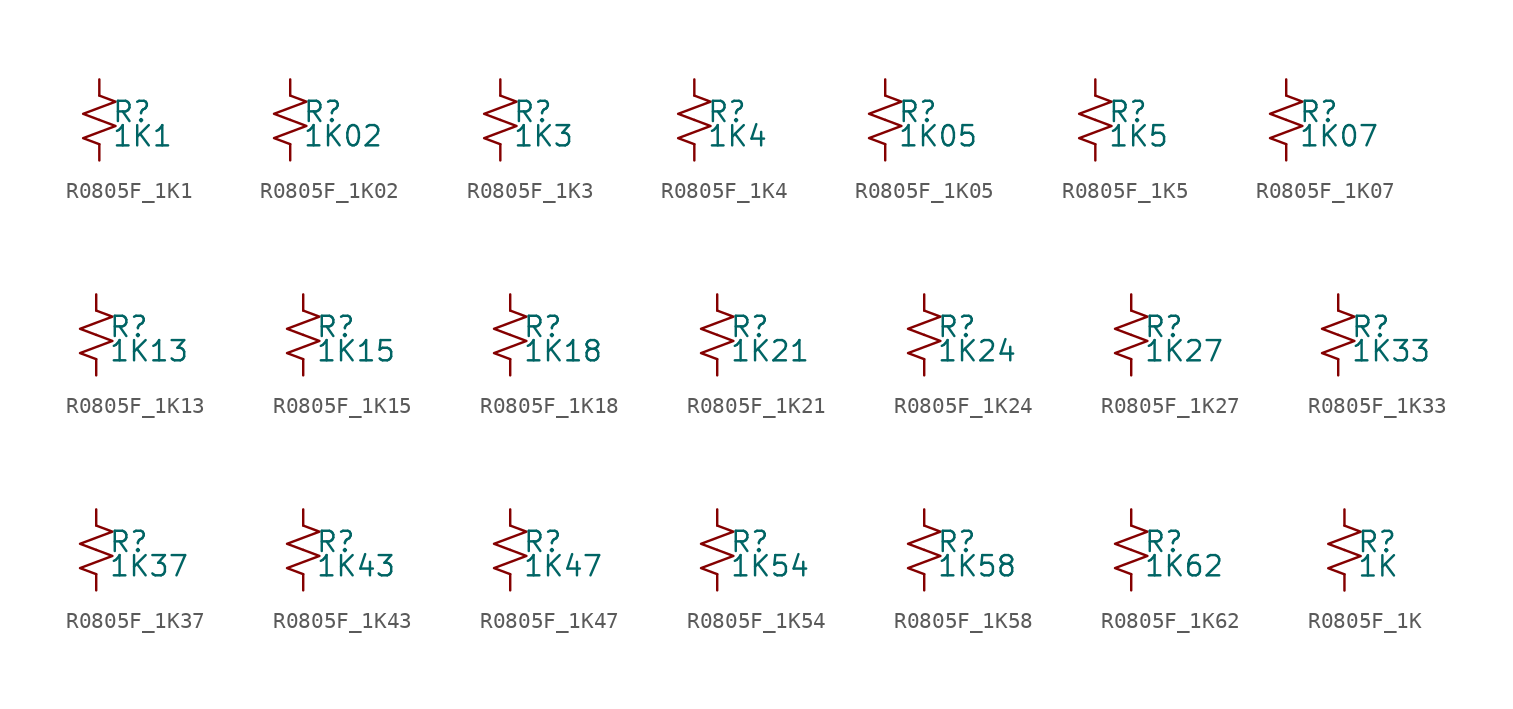
<source format=kicad_sym>
(kicad_symbol_lib
  (version 20220914)
  (generator kicad_symbol_editor)
  (symbol "R0805F_1K1"
    (pin_numbers hide)
    (pin_names
      (offset 0.254) hide)
    (property "Reference" "R"
      (at 0.762 0.508 0)
      (effects (font (size 1.27 1.27)) (justify left)))
    (property "Value" "1K1"
      (at 0.762 -1.016 0)
      (effects (font (size 1.27 1.27)) (justify left)))
    (symbol "R0805F_1K1_1_1"
      (polyline (pts (xy 0 0) (xy 1.016 -0.381) (xy 0 -0.762) (xy -1.016 -1.143) (xy 0 -1.524)) (stroke (width 0) (type default)) (fill (type none)))
      (polyline (pts (xy 0 1.524) (xy 1.016 1.143) (xy 0 0.762) (xy -1.016 0.381) (xy 0 0)) (stroke (width 0) (type default)) (fill (type none)))
      (pin passive line (at 0 2.54 270) (length 1.016) (name "~" (effects (font (size 1.27 1.27)))) (number "1" (effects (font (size 1.27 1.27)))))
      (pin passive line (at 0 -2.54 90) (length 1.016) (name "~" (effects (font (size 1.27 1.27)))) (number "2" (effects (font (size 1.27 1.27)))))))
  (symbol "R0805F_1K02"
    (pin_numbers hide)
    (pin_names
      (offset 0.254) hide)
    (property "Reference" "R"
      (at 0.762 0.508 0)
      (effects (font (size 1.27 1.27)) (justify left)))
    (property "Value" "1K02"
      (at 0.762 -1.016 0)
      (effects (font (size 1.27 1.27)) (justify left)))
    (symbol "R0805F_1K02_1_1"
      (polyline (pts (xy 0 0) (xy 1.016 -0.381) (xy 0 -0.762) (xy -1.016 -1.143) (xy 0 -1.524)) (stroke (width 0) (type default)) (fill (type none)))
      (polyline (pts (xy 0 1.524) (xy 1.016 1.143) (xy 0 0.762) (xy -1.016 0.381) (xy 0 0)) (stroke (width 0) (type default)) (fill (type none)))
      (pin passive line (at 0 2.54 270) (length 1.016) (name "~" (effects (font (size 1.27 1.27)))) (number "1" (effects (font (size 1.27 1.27)))))
      (pin passive line (at 0 -2.54 90) (length 1.016) (name "~" (effects (font (size 1.27 1.27)))) (number "2" (effects (font (size 1.27 1.27)))))))
  (symbol "R0805F_1K3"
    (pin_numbers hide)
    (pin_names
      (offset 0.254) hide)
    (property "Reference" "R"
      (at 0.762 0.508 0)
      (effects (font (size 1.27 1.27)) (justify left)))
    (property "Value" "1K3"
      (at 0.762 -1.016 0)
      (effects (font (size 1.27 1.27)) (justify left)))
    (symbol "R0805F_1K3_1_1"
      (polyline (pts (xy 0 0) (xy 1.016 -0.381) (xy 0 -0.762) (xy -1.016 -1.143) (xy 0 -1.524)) (stroke (width 0) (type default)) (fill (type none)))
      (polyline (pts (xy 0 1.524) (xy 1.016 1.143) (xy 0 0.762) (xy -1.016 0.381) (xy 0 0)) (stroke (width 0) (type default)) (fill (type none)))
      (pin passive line (at 0 2.54 270) (length 1.016) (name "~" (effects (font (size 1.27 1.27)))) (number "1" (effects (font (size 1.27 1.27)))))
      (pin passive line (at 0 -2.54 90) (length 1.016) (name "~" (effects (font (size 1.27 1.27)))) (number "2" (effects (font (size 1.27 1.27)))))))
  (symbol "R0805F_1K4"
    (pin_numbers hide)
    (pin_names
      (offset 0.254) hide)
    (property "Reference" "R"
      (at 0.762 0.508 0)
      (effects (font (size 1.27 1.27)) (justify left)))
    (property "Value" "1K4"
      (at 0.762 -1.016 0)
      (effects (font (size 1.27 1.27)) (justify left)))
    (symbol "R0805F_1K4_1_1"
      (polyline (pts (xy 0 0) (xy 1.016 -0.381) (xy 0 -0.762) (xy -1.016 -1.143) (xy 0 -1.524)) (stroke (width 0) (type default)) (fill (type none)))
      (polyline (pts (xy 0 1.524) (xy 1.016 1.143) (xy 0 0.762) (xy -1.016 0.381) (xy 0 0)) (stroke (width 0) (type default)) (fill (type none)))
      (pin passive line (at 0 2.54 270) (length 1.016) (name "~" (effects (font (size 1.27 1.27)))) (number "1" (effects (font (size 1.27 1.27)))))
      (pin passive line (at 0 -2.54 90) (length 1.016) (name "~" (effects (font (size 1.27 1.27)))) (number "2" (effects (font (size 1.27 1.27)))))))
  (symbol "R0805F_1K05"
    (pin_numbers hide)
    (pin_names
      (offset 0.254) hide)
    (property "Reference" "R"
      (at 0.762 0.508 0)
      (effects (font (size 1.27 1.27)) (justify left)))
    (property "Value" "1K05"
      (at 0.762 -1.016 0)
      (effects (font (size 1.27 1.27)) (justify left)))
    (symbol "R0805F_1K05_1_1"
      (polyline (pts (xy 0 0) (xy 1.016 -0.381) (xy 0 -0.762) (xy -1.016 -1.143) (xy 0 -1.524)) (stroke (width 0) (type default)) (fill (type none)))
      (polyline (pts (xy 0 1.524) (xy 1.016 1.143) (xy 0 0.762) (xy -1.016 0.381) (xy 0 0)) (stroke (width 0) (type default)) (fill (type none)))
      (pin passive line (at 0 2.54 270) (length 1.016) (name "~" (effects (font (size 1.27 1.27)))) (number "1" (effects (font (size 1.27 1.27)))))
      (pin passive line (at 0 -2.54 90) (length 1.016) (name "~" (effects (font (size 1.27 1.27)))) (number "2" (effects (font (size 1.27 1.27)))))))
  (symbol "R0805F_1K5"
    (pin_numbers hide)
    (pin_names
      (offset 0.254) hide)
    (property "Reference" "R"
      (at 0.762 0.508 0)
      (effects (font (size 1.27 1.27)) (justify left)))
    (property "Value" "1K5"
      (at 0.762 -1.016 0)
      (effects (font (size 1.27 1.27)) (justify left)))
    (symbol "R0805F_1K5_1_1"
      (polyline (pts (xy 0 0) (xy 1.016 -0.381) (xy 0 -0.762) (xy -1.016 -1.143) (xy 0 -1.524)) (stroke (width 0) (type default)) (fill (type none)))
      (polyline (pts (xy 0 1.524) (xy 1.016 1.143) (xy 0 0.762) (xy -1.016 0.381) (xy 0 0)) (stroke (width 0) (type default)) (fill (type none)))
      (pin passive line (at 0 2.54 270) (length 1.016) (name "~" (effects (font (size 1.27 1.27)))) (number "1" (effects (font (size 1.27 1.27)))))
      (pin passive line (at 0 -2.54 90) (length 1.016) (name "~" (effects (font (size 1.27 1.27)))) (number "2" (effects (font (size 1.27 1.27)))))))
  (symbol "R0805F_1K07"
    (pin_numbers hide)
    (pin_names
      (offset 0.254) hide)
    (property "Reference" "R"
      (at 0.762 0.508 0)
      (effects (font (size 1.27 1.27)) (justify left)))
    (property "Value" "1K07"
      (at 0.762 -1.016 0)
      (effects (font (size 1.27 1.27)) (justify left)))
    (symbol "R0805F_1K07_1_1"
      (polyline (pts (xy 0 0) (xy 1.016 -0.381) (xy 0 -0.762) (xy -1.016 -1.143) (xy 0 -1.524)) (stroke (width 0) (type default)) (fill (type none)))
      (polyline (pts (xy 0 1.524) (xy 1.016 1.143) (xy 0 0.762) (xy -1.016 0.381) (xy 0 0)) (stroke (width 0) (type default)) (fill (type none)))
      (pin passive line (at 0 2.54 270) (length 1.016) (name "~" (effects (font (size 1.27 1.27)))) (number "1" (effects (font (size 1.27 1.27)))))
      (pin passive line (at 0 -2.54 90) (length 1.016) (name "~" (effects (font (size 1.27 1.27)))) (number "2" (effects (font (size 1.27 1.27)))))))
  (symbol "R0805F_1K13"
    (pin_numbers hide)
    (pin_names
      (offset 0.254) hide)
    (property "Reference" "R"
      (at 0.762 0.508 0)
      (effects (font (size 1.27 1.27)) (justify left)))
    (property "Value" "1K13"
      (at 0.762 -1.016 0)
      (effects (font (size 1.27 1.27)) (justify left)))
    (symbol "R0805F_1K13_1_1"
      (polyline (pts (xy 0 0) (xy 1.016 -0.381) (xy 0 -0.762) (xy -1.016 -1.143) (xy 0 -1.524)) (stroke (width 0) (type default)) (fill (type none)))
      (polyline (pts (xy 0 1.524) (xy 1.016 1.143) (xy 0 0.762) (xy -1.016 0.381) (xy 0 0)) (stroke (width 0) (type default)) (fill (type none)))
      (pin passive line (at 0 2.54 270) (length 1.016) (name "~" (effects (font (size 1.27 1.27)))) (number "1" (effects (font (size 1.27 1.27)))))
      (pin passive line (at 0 -2.54 90) (length 1.016) (name "~" (effects (font (size 1.27 1.27)))) (number "2" (effects (font (size 1.27 1.27)))))))
  (symbol "R0805F_1K15"
    (pin_numbers hide)
    (pin_names
      (offset 0.254) hide)
    (property "Reference" "R"
      (at 0.762 0.508 0)
      (effects (font (size 1.27 1.27)) (justify left)))
    (property "Value" "1K15"
      (at 0.762 -1.016 0)
      (effects (font (size 1.27 1.27)) (justify left)))
    (symbol "R0805F_1K15_1_1"
      (polyline (pts (xy 0 0) (xy 1.016 -0.381) (xy 0 -0.762) (xy -1.016 -1.143) (xy 0 -1.524)) (stroke (width 0) (type default)) (fill (type none)))
      (polyline (pts (xy 0 1.524) (xy 1.016 1.143) (xy 0 0.762) (xy -1.016 0.381) (xy 0 0)) (stroke (width 0) (type default)) (fill (type none)))
      (pin passive line (at 0 2.54 270) (length 1.016) (name "~" (effects (font (size 1.27 1.27)))) (number "1" (effects (font (size 1.27 1.27)))))
      (pin passive line (at 0 -2.54 90) (length 1.016) (name "~" (effects (font (size 1.27 1.27)))) (number "2" (effects (font (size 1.27 1.27)))))))
  (symbol "R0805F_1K18"
    (pin_numbers hide)
    (pin_names
      (offset 0.254) hide)
    (property "Reference" "R"
      (at 0.762 0.508 0)
      (effects (font (size 1.27 1.27)) (justify left)))
    (property "Value" "1K18"
      (at 0.762 -1.016 0)
      (effects (font (size 1.27 1.27)) (justify left)))
    (symbol "R0805F_1K18_1_1"
      (polyline (pts (xy 0 0) (xy 1.016 -0.381) (xy 0 -0.762) (xy -1.016 -1.143) (xy 0 -1.524)) (stroke (width 0) (type default)) (fill (type none)))
      (polyline (pts (xy 0 1.524) (xy 1.016 1.143) (xy 0 0.762) (xy -1.016 0.381) (xy 0 0)) (stroke (width 0) (type default)) (fill (type none)))
      (pin passive line (at 0 2.54 270) (length 1.016) (name "~" (effects (font (size 1.27 1.27)))) (number "1" (effects (font (size 1.27 1.27)))))
      (pin passive line (at 0 -2.54 90) (length 1.016) (name "~" (effects (font (size 1.27 1.27)))) (number "2" (effects (font (size 1.27 1.27)))))))
  (symbol "R0805F_1K21"
    (pin_numbers hide)
    (pin_names
      (offset 0.254) hide)
    (property "Reference" "R"
      (at 0.762 0.508 0)
      (effects (font (size 1.27 1.27)) (justify left)))
    (property "Value" "1K21"
      (at 0.762 -1.016 0)
      (effects (font (size 1.27 1.27)) (justify left)))
    (symbol "R0805F_1K21_1_1"
      (polyline (pts (xy 0 0) (xy 1.016 -0.381) (xy 0 -0.762) (xy -1.016 -1.143) (xy 0 -1.524)) (stroke (width 0) (type default)) (fill (type none)))
      (polyline (pts (xy 0 1.524) (xy 1.016 1.143) (xy 0 0.762) (xy -1.016 0.381) (xy 0 0)) (stroke (width 0) (type default)) (fill (type none)))
      (pin passive line (at 0 2.54 270) (length 1.016) (name "~" (effects (font (size 1.27 1.27)))) (number "1" (effects (font (size 1.27 1.27)))))
      (pin passive line (at 0 -2.54 90) (length 1.016) (name "~" (effects (font (size 1.27 1.27)))) (number "2" (effects (font (size 1.27 1.27)))))))
  (symbol "R0805F_1K24"
    (pin_numbers hide)
    (pin_names
      (offset 0.254) hide)
    (property "Reference" "R"
      (at 0.762 0.508 0)
      (effects (font (size 1.27 1.27)) (justify left)))
    (property "Value" "1K24"
      (at 0.762 -1.016 0)
      (effects (font (size 1.27 1.27)) (justify left)))
    (symbol "R0805F_1K24_1_1"
      (polyline (pts (xy 0 0) (xy 1.016 -0.381) (xy 0 -0.762) (xy -1.016 -1.143) (xy 0 -1.524)) (stroke (width 0) (type default)) (fill (type none)))
      (polyline (pts (xy 0 1.524) (xy 1.016 1.143) (xy 0 0.762) (xy -1.016 0.381) (xy 0 0)) (stroke (width 0) (type default)) (fill (type none)))
      (pin passive line (at 0 2.54 270) (length 1.016) (name "~" (effects (font (size 1.27 1.27)))) (number "1" (effects (font (size 1.27 1.27)))))
      (pin passive line (at 0 -2.54 90) (length 1.016) (name "~" (effects (font (size 1.27 1.27)))) (number "2" (effects (font (size 1.27 1.27)))))))
  (symbol "R0805F_1K27"
    (pin_numbers hide)
    (pin_names
      (offset 0.254) hide)
    (property "Reference" "R"
      (at 0.762 0.508 0)
      (effects (font (size 1.27 1.27)) (justify left)))
    (property "Value" "1K27"
      (at 0.762 -1.016 0)
      (effects (font (size 1.27 1.27)) (justify left)))
    (symbol "R0805F_1K27_1_1"
      (polyline (pts (xy 0 0) (xy 1.016 -0.381) (xy 0 -0.762) (xy -1.016 -1.143) (xy 0 -1.524)) (stroke (width 0) (type default)) (fill (type none)))
      (polyline (pts (xy 0 1.524) (xy 1.016 1.143) (xy 0 0.762) (xy -1.016 0.381) (xy 0 0)) (stroke (width 0) (type default)) (fill (type none)))
      (pin passive line (at 0 2.54 270) (length 1.016) (name "~" (effects (font (size 1.27 1.27)))) (number "1" (effects (font (size 1.27 1.27)))))
      (pin passive line (at 0 -2.54 90) (length 1.016) (name "~" (effects (font (size 1.27 1.27)))) (number "2" (effects (font (size 1.27 1.27)))))))
  (symbol "R0805F_1K33"
    (pin_numbers hide)
    (pin_names
      (offset 0.254) hide)
    (property "Reference" "R"
      (at 0.762 0.508 0)
      (effects (font (size 1.27 1.27)) (justify left)))
    (property "Value" "1K33"
      (at 0.762 -1.016 0)
      (effects (font (size 1.27 1.27)) (justify left)))
    (symbol "R0805F_1K33_1_1"
      (polyline (pts (xy 0 0) (xy 1.016 -0.381) (xy 0 -0.762) (xy -1.016 -1.143) (xy 0 -1.524)) (stroke (width 0) (type default)) (fill (type none)))
      (polyline (pts (xy 0 1.524) (xy 1.016 1.143) (xy 0 0.762) (xy -1.016 0.381) (xy 0 0)) (stroke (width 0) (type default)) (fill (type none)))
      (pin passive line (at 0 2.54 270) (length 1.016) (name "~" (effects (font (size 1.27 1.27)))) (number "1" (effects (font (size 1.27 1.27)))))
      (pin passive line (at 0 -2.54 90) (length 1.016) (name "~" (effects (font (size 1.27 1.27)))) (number "2" (effects (font (size 1.27 1.27)))))))
  (symbol "R0805F_1K37"
    (pin_numbers hide)
    (pin_names
      (offset 0.254) hide)
    (property "Reference" "R"
      (at 0.762 0.508 0)
      (effects (font (size 1.27 1.27)) (justify left)))
    (property "Value" "1K37"
      (at 0.762 -1.016 0)
      (effects (font (size 1.27 1.27)) (justify left)))
    (symbol "R0805F_1K37_1_1"
      (polyline (pts (xy 0 0) (xy 1.016 -0.381) (xy 0 -0.762) (xy -1.016 -1.143) (xy 0 -1.524)) (stroke (width 0) (type default)) (fill (type none)))
      (polyline (pts (xy 0 1.524) (xy 1.016 1.143) (xy 0 0.762) (xy -1.016 0.381) (xy 0 0)) (stroke (width 0) (type default)) (fill (type none)))
      (pin passive line (at 0 2.54 270) (length 1.016) (name "~" (effects (font (size 1.27 1.27)))) (number "1" (effects (font (size 1.27 1.27)))))
      (pin passive line (at 0 -2.54 90) (length 1.016) (name "~" (effects (font (size 1.27 1.27)))) (number "2" (effects (font (size 1.27 1.27)))))))
  (symbol "R0805F_1K43"
    (pin_numbers hide)
    (pin_names
      (offset 0.254) hide)
    (property "Reference" "R"
      (at 0.762 0.508 0)
      (effects (font (size 1.27 1.27)) (justify left)))
    (property "Value" "1K43"
      (at 0.762 -1.016 0)
      (effects (font (size 1.27 1.27)) (justify left)))
    (symbol "R0805F_1K43_1_1"
      (polyline (pts (xy 0 0) (xy 1.016 -0.381) (xy 0 -0.762) (xy -1.016 -1.143) (xy 0 -1.524)) (stroke (width 0) (type default)) (fill (type none)))
      (polyline (pts (xy 0 1.524) (xy 1.016 1.143) (xy 0 0.762) (xy -1.016 0.381) (xy 0 0)) (stroke (width 0) (type default)) (fill (type none)))
      (pin passive line (at 0 2.54 270) (length 1.016) (name "~" (effects (font (size 1.27 1.27)))) (number "1" (effects (font (size 1.27 1.27)))))
      (pin passive line (at 0 -2.54 90) (length 1.016) (name "~" (effects (font (size 1.27 1.27)))) (number "2" (effects (font (size 1.27 1.27)))))))
  (symbol "R0805F_1K47"
    (pin_numbers hide)
    (pin_names
      (offset 0.254) hide)
    (property "Reference" "R"
      (at 0.762 0.508 0)
      (effects (font (size 1.27 1.27)) (justify left)))
    (property "Value" "1K47"
      (at 0.762 -1.016 0)
      (effects (font (size 1.27 1.27)) (justify left)))
    (symbol "R0805F_1K47_1_1"
      (polyline (pts (xy 0 0) (xy 1.016 -0.381) (xy 0 -0.762) (xy -1.016 -1.143) (xy 0 -1.524)) (stroke (width 0) (type default)) (fill (type none)))
      (polyline (pts (xy 0 1.524) (xy 1.016 1.143) (xy 0 0.762) (xy -1.016 0.381) (xy 0 0)) (stroke (width 0) (type default)) (fill (type none)))
      (pin passive line (at 0 2.54 270) (length 1.016) (name "~" (effects (font (size 1.27 1.27)))) (number "1" (effects (font (size 1.27 1.27)))))
      (pin passive line (at 0 -2.54 90) (length 1.016) (name "~" (effects (font (size 1.27 1.27)))) (number "2" (effects (font (size 1.27 1.27)))))))
  (symbol "R0805F_1K54"
    (pin_numbers hide)
    (pin_names
      (offset 0.254) hide)
    (property "Reference" "R"
      (at 0.762 0.508 0)
      (effects (font (size 1.27 1.27)) (justify left)))
    (property "Value" "1K54"
      (at 0.762 -1.016 0)
      (effects (font (size 1.27 1.27)) (justify left)))
    (symbol "R0805F_1K54_1_1"
      (polyline (pts (xy 0 0) (xy 1.016 -0.381) (xy 0 -0.762) (xy -1.016 -1.143) (xy 0 -1.524)) (stroke (width 0) (type default)) (fill (type none)))
      (polyline (pts (xy 0 1.524) (xy 1.016 1.143) (xy 0 0.762) (xy -1.016 0.381) (xy 0 0)) (stroke (width 0) (type default)) (fill (type none)))
      (pin passive line (at 0 2.54 270) (length 1.016) (name "~" (effects (font (size 1.27 1.27)))) (number "1" (effects (font (size 1.27 1.27)))))
      (pin passive line (at 0 -2.54 90) (length 1.016) (name "~" (effects (font (size 1.27 1.27)))) (number "2" (effects (font (size 1.27 1.27)))))))
  (symbol "R0805F_1K58"
    (pin_numbers hide)
    (pin_names
      (offset 0.254) hide)
    (property "Reference" "R"
      (at 0.762 0.508 0)
      (effects (font (size 1.27 1.27)) (justify left)))
    (property "Value" "1K58"
      (at 0.762 -1.016 0)
      (effects (font (size 1.27 1.27)) (justify left)))
    (symbol "R0805F_1K58_1_1"
      (polyline (pts (xy 0 0) (xy 1.016 -0.381) (xy 0 -0.762) (xy -1.016 -1.143) (xy 0 -1.524)) (stroke (width 0) (type default)) (fill (type none)))
      (polyline (pts (xy 0 1.524) (xy 1.016 1.143) (xy 0 0.762) (xy -1.016 0.381) (xy 0 0)) (stroke (width 0) (type default)) (fill (type none)))
      (pin passive line (at 0 2.54 270) (length 1.016) (name "~" (effects (font (size 1.27 1.27)))) (number "1" (effects (font (size 1.27 1.27)))))
      (pin passive line (at 0 -2.54 90) (length 1.016) (name "~" (effects (font (size 1.27 1.27)))) (number "2" (effects (font (size 1.27 1.27)))))))
  (symbol "R0805F_1K62"
    (pin_numbers hide)
    (pin_names
      (offset 0.254) hide)
    (property "Reference" "R"
      (at 0.762 0.508 0)
      (effects (font (size 1.27 1.27)) (justify left)))
    (property "Value" "1K62"
      (at 0.762 -1.016 0)
      (effects (font (size 1.27 1.27)) (justify left)))
    (symbol "R0805F_1K62_1_1"
      (polyline (pts (xy 0 0) (xy 1.016 -0.381) (xy 0 -0.762) (xy -1.016 -1.143) (xy 0 -1.524)) (stroke (width 0) (type default)) (fill (type none)))
      (polyline (pts (xy 0 1.524) (xy 1.016 1.143) (xy 0 0.762) (xy -1.016 0.381) (xy 0 0)) (stroke (width 0) (type default)) (fill (type none)))
      (pin passive line (at 0 2.54 270) (length 1.016) (name "~" (effects (font (size 1.27 1.27)))) (number "1" (effects (font (size 1.27 1.27)))))
      (pin passive line (at 0 -2.54 90) (length 1.016) (name "~" (effects (font (size 1.27 1.27)))) (number "2" (effects (font (size 1.27 1.27)))))))
  (symbol "R0805F_1K"
    (pin_numbers hide)
    (pin_names
      (offset 0.254) hide)
    (property "Reference" "R"
      (at 0.762 0.508 0)
      (effects (font (size 1.27 1.27)) (justify left)))
    (property "Value" "1K"
      (at 0.762 -1.016 0)
      (effects (font (size 1.27 1.27)) (justify left)))
    (symbol "R0805F_1K_1_1"
      (polyline (pts (xy 0 0) (xy 1.016 -0.381) (xy 0 -0.762) (xy -1.016 -1.143) (xy 0 -1.524)) (stroke (width 0) (type default)) (fill (type none)))
      (polyline (pts (xy 0 1.524) (xy 1.016 1.143) (xy 0 0.762) (xy -1.016 0.381) (xy 0 0)) (stroke (width 0) (type default)) (fill (type none)))
      (pin passive line (at 0 2.54 270) (length 1.016) (name "~" (effects (font (size 1.27 1.27)))) (number "1" (effects (font (size 1.27 1.27)))))
      (pin passive line (at 0 -2.54 90) (length 1.016) (name "~" (effects (font (size 1.27 1.27)))) (number "2" (effects (font (size 1.27 1.27))))))))
</source>
